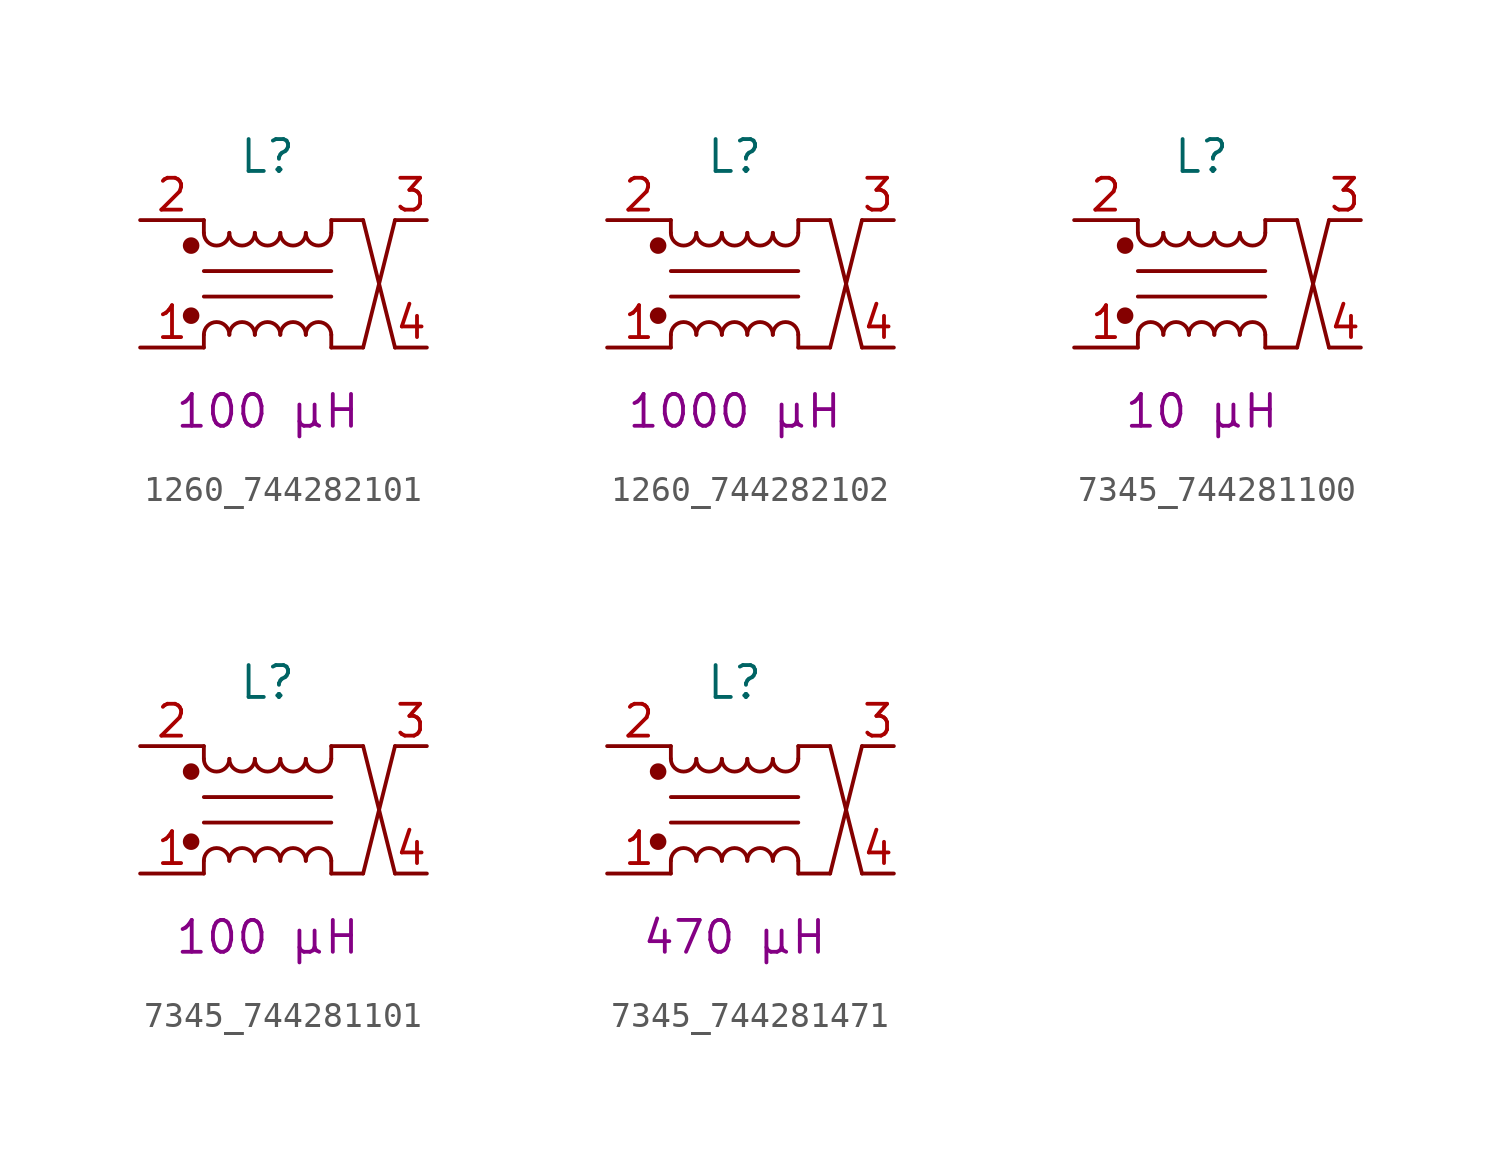
<source format=kicad_sym>
(kicad_symbol_lib
  (version 20220914)
  (generator kicad_symbol_editor)
  (symbol "1260_744282101"
    (pin_names hide)
    (property "Reference" "L"
      (at 0 5.08 0)
      (effects (font (size 1.27 1.27))))
    (property "Critical Parameter" "100 µH"
      (at 0 -5.08 0)
      (effects (font (size 1.27 1.27))))
    (symbol "1260_744282101_0_1"
      (circle (center -3.048 -1.27) (radius 0.254) (stroke (width 0) (type default)) (fill (type outline)))
      (circle (center -3.048 1.524) (radius 0.254) (stroke (width 0) (type default)) (fill (type outline)))
      (arc (start -2.54 2.032) (mid -2.032 1.5262) (end -1.524 2.032) (stroke (width 0) (type default)) (fill (type none)))
      (arc (start -1.524 -2.032) (mid -2.032 -1.5262) (end -2.54 -2.032) (stroke (width 0) (type default)) (fill (type none)))
      (arc (start -1.524 2.032) (mid -1.016 1.5262) (end -0.508 2.032) (stroke (width 0) (type default)) (fill (type none)))
      (arc (start -0.508 -2.032) (mid -1.016 -1.5262) (end -1.524 -2.032) (stroke (width 0) (type default)) (fill (type none)))
      (arc (start -0.508 2.032) (mid 0 1.5262) (end 0.508 2.032) (stroke (width 0) (type default)) (fill (type none)))
      (polyline (pts (xy -2.54 -2.032) (xy -2.54 -2.54)) (stroke (width 0) (type default)) (fill (type none)))
      (polyline (pts (xy -2.54 0.508) (xy 2.54 0.508)) (stroke (width 0) (type default)) (fill (type none)))
      (polyline (pts (xy -2.54 2.032) (xy -2.54 2.54)) (stroke (width 0) (type default)) (fill (type none)))
      (polyline (pts (xy 2.54 -2.54) (xy 3.81 -2.54)) (stroke (width 0) (type default)) (fill (type none)))
      (polyline (pts (xy 2.54 -2.032) (xy 2.54 -2.54)) (stroke (width 0) (type default)) (fill (type none)))
      (polyline (pts (xy 2.54 -0.508) (xy -2.54 -0.508)) (stroke (width 0) (type default)) (fill (type none)))
      (polyline (pts (xy 2.54 2.54) (xy 2.54 2.032)) (stroke (width 0) (type default)) (fill (type none)))
      (polyline (pts (xy 2.54 2.54) (xy 3.81 2.54)) (stroke (width 0) (type default)) (fill (type none)))
      (polyline (pts (xy 3.81 -2.54) (xy 5.08 2.54)) (stroke (width 0) (type default)) (fill (type none)))
      (polyline (pts (xy 3.81 2.54) (xy 5.08 -2.54)) (stroke (width 0) (type default)) (fill (type none)))
      (arc (start 0.508 -2.032) (mid 0 -1.5262) (end -0.508 -2.032) (stroke (width 0) (type default)) (fill (type none)))
      (arc (start 0.508 2.032) (mid 1.016 1.5262) (end 1.524 2.032) (stroke (width 0) (type default)) (fill (type none)))
      (arc (start 1.524 -2.032) (mid 1.016 -1.5262) (end 0.508 -2.032) (stroke (width 0) (type default)) (fill (type none)))
      (arc (start 1.524 2.032) (mid 2.032 1.5262) (end 2.54 2.032) (stroke (width 0) (type default)) (fill (type none)))
      (arc (start 2.54 -2.032) (mid 2.032 -1.5262) (end 1.524 -2.032) (stroke (width 0) (type default)) (fill (type none))))
    (symbol "1260_744282101_1_1"
      (pin passive line (at -5.08 -2.54 0) (length 2.54) (name "1" (effects (font (size 1.27 1.27)))) (number "1" (effects (font (size 1.27 1.27)))))
      (pin passive line (at -5.08 2.54 0) (length 2.54) (name "2" (effects (font (size 1.27 1.27)))) (number "2" (effects (font (size 1.27 1.27)))))
      (pin passive line (at 6.35 2.54 180) (length 1.27) (name "3" (effects (font (size 1.27 1.27)))) (number "3" (effects (font (size 1.27 1.27)))))
      (pin passive line (at 6.35 -2.54 180) (length 1.27) (name "4" (effects (font (size 1.27 1.27)))) (number "4" (effects (font (size 1.27 1.27)))))))
  (symbol "1260_744282102"
    (pin_names hide)
    (property "Reference" "L"
      (at 0 5.08 0)
      (effects (font (size 1.27 1.27))))
    (property "Critical Parameter" "1000 µH"
      (at 0 -5.08 0)
      (effects (font (size 1.27 1.27))))
    (symbol "1260_744282102_0_1"
      (circle (center -3.048 -1.27) (radius 0.254) (stroke (width 0) (type default)) (fill (type outline)))
      (circle (center -3.048 1.524) (radius 0.254) (stroke (width 0) (type default)) (fill (type outline)))
      (arc (start -2.54 2.032) (mid -2.032 1.5262) (end -1.524 2.032) (stroke (width 0) (type default)) (fill (type none)))
      (arc (start -1.524 -2.032) (mid -2.032 -1.5262) (end -2.54 -2.032) (stroke (width 0) (type default)) (fill (type none)))
      (arc (start -1.524 2.032) (mid -1.016 1.5262) (end -0.508 2.032) (stroke (width 0) (type default)) (fill (type none)))
      (arc (start -0.508 -2.032) (mid -1.016 -1.5262) (end -1.524 -2.032) (stroke (width 0) (type default)) (fill (type none)))
      (arc (start -0.508 2.032) (mid 0 1.5262) (end 0.508 2.032) (stroke (width 0) (type default)) (fill (type none)))
      (polyline (pts (xy -2.54 -2.032) (xy -2.54 -2.54)) (stroke (width 0) (type default)) (fill (type none)))
      (polyline (pts (xy -2.54 0.508) (xy 2.54 0.508)) (stroke (width 0) (type default)) (fill (type none)))
      (polyline (pts (xy -2.54 2.032) (xy -2.54 2.54)) (stroke (width 0) (type default)) (fill (type none)))
      (polyline (pts (xy 2.54 -2.54) (xy 3.81 -2.54)) (stroke (width 0) (type default)) (fill (type none)))
      (polyline (pts (xy 2.54 -2.032) (xy 2.54 -2.54)) (stroke (width 0) (type default)) (fill (type none)))
      (polyline (pts (xy 2.54 -0.508) (xy -2.54 -0.508)) (stroke (width 0) (type default)) (fill (type none)))
      (polyline (pts (xy 2.54 2.54) (xy 2.54 2.032)) (stroke (width 0) (type default)) (fill (type none)))
      (polyline (pts (xy 2.54 2.54) (xy 3.81 2.54)) (stroke (width 0) (type default)) (fill (type none)))
      (polyline (pts (xy 3.81 -2.54) (xy 5.08 2.54)) (stroke (width 0) (type default)) (fill (type none)))
      (polyline (pts (xy 3.81 2.54) (xy 5.08 -2.54)) (stroke (width 0) (type default)) (fill (type none)))
      (arc (start 0.508 -2.032) (mid 0 -1.5262) (end -0.508 -2.032) (stroke (width 0) (type default)) (fill (type none)))
      (arc (start 0.508 2.032) (mid 1.016 1.5262) (end 1.524 2.032) (stroke (width 0) (type default)) (fill (type none)))
      (arc (start 1.524 -2.032) (mid 1.016 -1.5262) (end 0.508 -2.032) (stroke (width 0) (type default)) (fill (type none)))
      (arc (start 1.524 2.032) (mid 2.032 1.5262) (end 2.54 2.032) (stroke (width 0) (type default)) (fill (type none)))
      (arc (start 2.54 -2.032) (mid 2.032 -1.5262) (end 1.524 -2.032) (stroke (width 0) (type default)) (fill (type none))))
    (symbol "1260_744282102_1_1"
      (pin passive line (at -5.08 -2.54 0) (length 2.54) (name "1" (effects (font (size 1.27 1.27)))) (number "1" (effects (font (size 1.27 1.27)))))
      (pin passive line (at -5.08 2.54 0) (length 2.54) (name "2" (effects (font (size 1.27 1.27)))) (number "2" (effects (font (size 1.27 1.27)))))
      (pin passive line (at 6.35 2.54 180) (length 1.27) (name "3" (effects (font (size 1.27 1.27)))) (number "3" (effects (font (size 1.27 1.27)))))
      (pin passive line (at 6.35 -2.54 180) (length 1.27) (name "4" (effects (font (size 1.27 1.27)))) (number "4" (effects (font (size 1.27 1.27)))))))
  (symbol "7345_744281100"
    (pin_names hide)
    (property "Reference" "L"
      (at 0 5.08 0)
      (effects (font (size 1.27 1.27))))
    (property "Critical Parameter" "10 µH"
      (at 0 -5.08 0)
      (effects (font (size 1.27 1.27))))
    (symbol "7345_744281100_0_1"
      (circle (center -3.048 -1.27) (radius 0.254) (stroke (width 0) (type default)) (fill (type outline)))
      (circle (center -3.048 1.524) (radius 0.254) (stroke (width 0) (type default)) (fill (type outline)))
      (arc (start -2.54 2.032) (mid -2.032 1.5262) (end -1.524 2.032) (stroke (width 0) (type default)) (fill (type none)))
      (arc (start -1.524 -2.032) (mid -2.032 -1.5262) (end -2.54 -2.032) (stroke (width 0) (type default)) (fill (type none)))
      (arc (start -1.524 2.032) (mid -1.016 1.5262) (end -0.508 2.032) (stroke (width 0) (type default)) (fill (type none)))
      (arc (start -0.508 -2.032) (mid -1.016 -1.5262) (end -1.524 -2.032) (stroke (width 0) (type default)) (fill (type none)))
      (arc (start -0.508 2.032) (mid 0 1.5262) (end 0.508 2.032) (stroke (width 0) (type default)) (fill (type none)))
      (polyline (pts (xy -2.54 -2.032) (xy -2.54 -2.54)) (stroke (width 0) (type default)) (fill (type none)))
      (polyline (pts (xy -2.54 0.508) (xy 2.54 0.508)) (stroke (width 0) (type default)) (fill (type none)))
      (polyline (pts (xy -2.54 2.032) (xy -2.54 2.54)) (stroke (width 0) (type default)) (fill (type none)))
      (polyline (pts (xy 2.54 -2.54) (xy 3.81 -2.54)) (stroke (width 0) (type default)) (fill (type none)))
      (polyline (pts (xy 2.54 -2.032) (xy 2.54 -2.54)) (stroke (width 0) (type default)) (fill (type none)))
      (polyline (pts (xy 2.54 -0.508) (xy -2.54 -0.508)) (stroke (width 0) (type default)) (fill (type none)))
      (polyline (pts (xy 2.54 2.54) (xy 2.54 2.032)) (stroke (width 0) (type default)) (fill (type none)))
      (polyline (pts (xy 2.54 2.54) (xy 3.81 2.54)) (stroke (width 0) (type default)) (fill (type none)))
      (polyline (pts (xy 3.81 -2.54) (xy 5.08 2.54)) (stroke (width 0) (type default)) (fill (type none)))
      (polyline (pts (xy 3.81 2.54) (xy 5.08 -2.54)) (stroke (width 0) (type default)) (fill (type none)))
      (arc (start 0.508 -2.032) (mid 0 -1.5262) (end -0.508 -2.032) (stroke (width 0) (type default)) (fill (type none)))
      (arc (start 0.508 2.032) (mid 1.016 1.5262) (end 1.524 2.032) (stroke (width 0) (type default)) (fill (type none)))
      (arc (start 1.524 -2.032) (mid 1.016 -1.5262) (end 0.508 -2.032) (stroke (width 0) (type default)) (fill (type none)))
      (arc (start 1.524 2.032) (mid 2.032 1.5262) (end 2.54 2.032) (stroke (width 0) (type default)) (fill (type none)))
      (arc (start 2.54 -2.032) (mid 2.032 -1.5262) (end 1.524 -2.032) (stroke (width 0) (type default)) (fill (type none))))
    (symbol "7345_744281100_1_1"
      (pin passive line (at -5.08 -2.54 0) (length 2.54) (name "1" (effects (font (size 1.27 1.27)))) (number "1" (effects (font (size 1.27 1.27)))))
      (pin passive line (at -5.08 2.54 0) (length 2.54) (name "2" (effects (font (size 1.27 1.27)))) (number "2" (effects (font (size 1.27 1.27)))))
      (pin passive line (at 6.35 2.54 180) (length 1.27) (name "3" (effects (font (size 1.27 1.27)))) (number "3" (effects (font (size 1.27 1.27)))))
      (pin passive line (at 6.35 -2.54 180) (length 1.27) (name "4" (effects (font (size 1.27 1.27)))) (number "4" (effects (font (size 1.27 1.27)))))))
  (symbol "7345_744281101"
    (pin_names hide)
    (property "Reference" "L"
      (at 0 5.08 0)
      (effects (font (size 1.27 1.27))))
    (property "Critical Parameter" "100 µH"
      (at 0 -5.08 0)
      (effects (font (size 1.27 1.27))))
    (symbol "7345_744281101_0_1"
      (circle (center -3.048 -1.27) (radius 0.254) (stroke (width 0) (type default)) (fill (type outline)))
      (circle (center -3.048 1.524) (radius 0.254) (stroke (width 0) (type default)) (fill (type outline)))
      (arc (start -2.54 2.032) (mid -2.032 1.5262) (end -1.524 2.032) (stroke (width 0) (type default)) (fill (type none)))
      (arc (start -1.524 -2.032) (mid -2.032 -1.5262) (end -2.54 -2.032) (stroke (width 0) (type default)) (fill (type none)))
      (arc (start -1.524 2.032) (mid -1.016 1.5262) (end -0.508 2.032) (stroke (width 0) (type default)) (fill (type none)))
      (arc (start -0.508 -2.032) (mid -1.016 -1.5262) (end -1.524 -2.032) (stroke (width 0) (type default)) (fill (type none)))
      (arc (start -0.508 2.032) (mid 0 1.5262) (end 0.508 2.032) (stroke (width 0) (type default)) (fill (type none)))
      (polyline (pts (xy -2.54 -2.032) (xy -2.54 -2.54)) (stroke (width 0) (type default)) (fill (type none)))
      (polyline (pts (xy -2.54 0.508) (xy 2.54 0.508)) (stroke (width 0) (type default)) (fill (type none)))
      (polyline (pts (xy -2.54 2.032) (xy -2.54 2.54)) (stroke (width 0) (type default)) (fill (type none)))
      (polyline (pts (xy 2.54 -2.54) (xy 3.81 -2.54)) (stroke (width 0) (type default)) (fill (type none)))
      (polyline (pts (xy 2.54 -2.032) (xy 2.54 -2.54)) (stroke (width 0) (type default)) (fill (type none)))
      (polyline (pts (xy 2.54 -0.508) (xy -2.54 -0.508)) (stroke (width 0) (type default)) (fill (type none)))
      (polyline (pts (xy 2.54 2.54) (xy 2.54 2.032)) (stroke (width 0) (type default)) (fill (type none)))
      (polyline (pts (xy 2.54 2.54) (xy 3.81 2.54)) (stroke (width 0) (type default)) (fill (type none)))
      (polyline (pts (xy 3.81 -2.54) (xy 5.08 2.54)) (stroke (width 0) (type default)) (fill (type none)))
      (polyline (pts (xy 3.81 2.54) (xy 5.08 -2.54)) (stroke (width 0) (type default)) (fill (type none)))
      (arc (start 0.508 -2.032) (mid 0 -1.5262) (end -0.508 -2.032) (stroke (width 0) (type default)) (fill (type none)))
      (arc (start 0.508 2.032) (mid 1.016 1.5262) (end 1.524 2.032) (stroke (width 0) (type default)) (fill (type none)))
      (arc (start 1.524 -2.032) (mid 1.016 -1.5262) (end 0.508 -2.032) (stroke (width 0) (type default)) (fill (type none)))
      (arc (start 1.524 2.032) (mid 2.032 1.5262) (end 2.54 2.032) (stroke (width 0) (type default)) (fill (type none)))
      (arc (start 2.54 -2.032) (mid 2.032 -1.5262) (end 1.524 -2.032) (stroke (width 0) (type default)) (fill (type none))))
    (symbol "7345_744281101_1_1"
      (pin passive line (at -5.08 -2.54 0) (length 2.54) (name "1" (effects (font (size 1.27 1.27)))) (number "1" (effects (font (size 1.27 1.27)))))
      (pin passive line (at -5.08 2.54 0) (length 2.54) (name "2" (effects (font (size 1.27 1.27)))) (number "2" (effects (font (size 1.27 1.27)))))
      (pin passive line (at 6.35 2.54 180) (length 1.27) (name "3" (effects (font (size 1.27 1.27)))) (number "3" (effects (font (size 1.27 1.27)))))
      (pin passive line (at 6.35 -2.54 180) (length 1.27) (name "4" (effects (font (size 1.27 1.27)))) (number "4" (effects (font (size 1.27 1.27)))))))
  (symbol "7345_744281471"
    (pin_names hide)
    (property "Reference" "L"
      (at 0 5.08 0)
      (effects (font (size 1.27 1.27))))
    (property "Critical Parameter" "470 µH"
      (at 0 -5.08 0)
      (effects (font (size 1.27 1.27))))
    (symbol "7345_744281471_0_1"
      (circle (center -3.048 -1.27) (radius 0.254) (stroke (width 0) (type default)) (fill (type outline)))
      (circle (center -3.048 1.524) (radius 0.254) (stroke (width 0) (type default)) (fill (type outline)))
      (arc (start -2.54 2.032) (mid -2.032 1.5262) (end -1.524 2.032) (stroke (width 0) (type default)) (fill (type none)))
      (arc (start -1.524 -2.032) (mid -2.032 -1.5262) (end -2.54 -2.032) (stroke (width 0) (type default)) (fill (type none)))
      (arc (start -1.524 2.032) (mid -1.016 1.5262) (end -0.508 2.032) (stroke (width 0) (type default)) (fill (type none)))
      (arc (start -0.508 -2.032) (mid -1.016 -1.5262) (end -1.524 -2.032) (stroke (width 0) (type default)) (fill (type none)))
      (arc (start -0.508 2.032) (mid 0 1.5262) (end 0.508 2.032) (stroke (width 0) (type default)) (fill (type none)))
      (polyline (pts (xy -2.54 -2.032) (xy -2.54 -2.54)) (stroke (width 0) (type default)) (fill (type none)))
      (polyline (pts (xy -2.54 0.508) (xy 2.54 0.508)) (stroke (width 0) (type default)) (fill (type none)))
      (polyline (pts (xy -2.54 2.032) (xy -2.54 2.54)) (stroke (width 0) (type default)) (fill (type none)))
      (polyline (pts (xy 2.54 -2.54) (xy 3.81 -2.54)) (stroke (width 0) (type default)) (fill (type none)))
      (polyline (pts (xy 2.54 -2.032) (xy 2.54 -2.54)) (stroke (width 0) (type default)) (fill (type none)))
      (polyline (pts (xy 2.54 -0.508) (xy -2.54 -0.508)) (stroke (width 0) (type default)) (fill (type none)))
      (polyline (pts (xy 2.54 2.54) (xy 2.54 2.032)) (stroke (width 0) (type default)) (fill (type none)))
      (polyline (pts (xy 2.54 2.54) (xy 3.81 2.54)) (stroke (width 0) (type default)) (fill (type none)))
      (polyline (pts (xy 3.81 -2.54) (xy 5.08 2.54)) (stroke (width 0) (type default)) (fill (type none)))
      (polyline (pts (xy 3.81 2.54) (xy 5.08 -2.54)) (stroke (width 0) (type default)) (fill (type none)))
      (arc (start 0.508 -2.032) (mid 0 -1.5262) (end -0.508 -2.032) (stroke (width 0) (type default)) (fill (type none)))
      (arc (start 0.508 2.032) (mid 1.016 1.5262) (end 1.524 2.032) (stroke (width 0) (type default)) (fill (type none)))
      (arc (start 1.524 -2.032) (mid 1.016 -1.5262) (end 0.508 -2.032) (stroke (width 0) (type default)) (fill (type none)))
      (arc (start 1.524 2.032) (mid 2.032 1.5262) (end 2.54 2.032) (stroke (width 0) (type default)) (fill (type none)))
      (arc (start 2.54 -2.032) (mid 2.032 -1.5262) (end 1.524 -2.032) (stroke (width 0) (type default)) (fill (type none))))
    (symbol "7345_744281471_1_1"
      (pin passive line (at -5.08 -2.54 0) (length 2.54) (name "1" (effects (font (size 1.27 1.27)))) (number "1" (effects (font (size 1.27 1.27)))))
      (pin passive line (at -5.08 2.54 0) (length 2.54) (name "2" (effects (font (size 1.27 1.27)))) (number "2" (effects (font (size 1.27 1.27)))))
      (pin passive line (at 6.35 2.54 180) (length 1.27) (name "3" (effects (font (size 1.27 1.27)))) (number "3" (effects (font (size 1.27 1.27)))))
      (pin passive line (at 6.35 -2.54 180) (length 1.27) (name "4" (effects (font (size 1.27 1.27)))) (number "4" (effects (font (size 1.27 1.27))))))))
</source>
